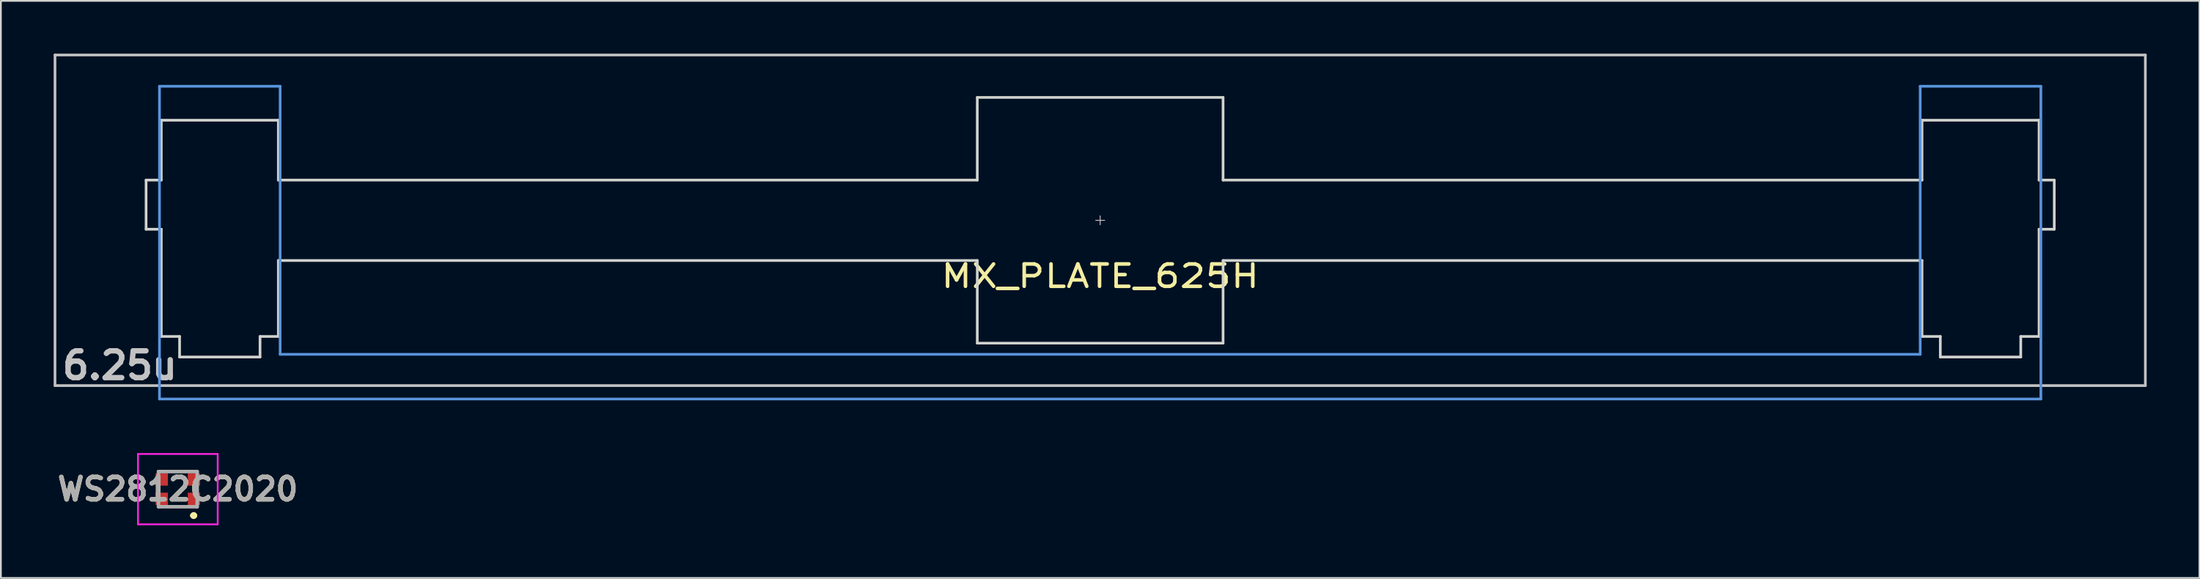
<source format=kicad_pcb>
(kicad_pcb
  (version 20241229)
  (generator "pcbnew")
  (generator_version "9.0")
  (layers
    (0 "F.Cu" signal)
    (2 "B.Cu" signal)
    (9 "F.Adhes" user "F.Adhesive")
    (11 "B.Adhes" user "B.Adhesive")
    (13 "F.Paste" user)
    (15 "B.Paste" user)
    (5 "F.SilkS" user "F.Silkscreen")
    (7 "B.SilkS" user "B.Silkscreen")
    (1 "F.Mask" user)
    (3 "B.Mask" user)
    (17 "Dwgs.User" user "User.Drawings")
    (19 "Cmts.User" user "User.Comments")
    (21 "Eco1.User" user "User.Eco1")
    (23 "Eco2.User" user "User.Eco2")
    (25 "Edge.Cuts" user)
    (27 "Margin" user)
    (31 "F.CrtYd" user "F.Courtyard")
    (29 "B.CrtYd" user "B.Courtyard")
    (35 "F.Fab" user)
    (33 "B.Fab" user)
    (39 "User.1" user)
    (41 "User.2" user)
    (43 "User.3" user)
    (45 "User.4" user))
  (footprint "MX_PLATE_625H"
    (layer "F.Cu")
    (at 59.482 9.474)
    (property "Reference" "MX_PLATE_625H" (at 0 3.175 0) (layer "F.SilkS") (effects (font (size 1.27 1.524) (thickness 0.203))))
    (attr through_hole)
    (fp_line (start -59.406 -9.398) (end 59.406 -9.398) (stroke (width 0.152) (type solid)) (layer "Dwgs.User"))
    (fp_line (start -59.406 9.398) (end -59.406 -9.398) (stroke (width 0.152) (type solid)) (layer "Dwgs.User"))
    (fp_line (start -0.254 0) (end 0.254 0) (stroke (width 0.05) (type solid)) (layer "Dwgs.User"))
    (fp_line (start 0 -0.254) (end 0 0.254) (stroke (width 0.05) (type solid)) (layer "Dwgs.User"))
    (fp_line (start 59.406 -9.398) (end 59.406 9.398) (stroke (width 0.152) (type solid)) (layer "Dwgs.User"))
    (fp_line (start 59.406 9.398) (end -59.406 9.398) (stroke (width 0.152) (type solid)) (layer "Dwgs.User"))
    (fp_line (start -53.467 -7.62) (end -53.467 10.16) (stroke (width 0.152) (type solid)) (layer "Cmts.User"))
    (fp_line (start -53.467 10.16) (end 53.467 10.16) (stroke (width 0.152) (type solid)) (layer "Cmts.User"))
    (fp_line (start -46.609 -7.62) (end -53.467 -7.62) (stroke (width 0.152) (type solid)) (layer "Cmts.User"))
    (fp_line (start -46.609 7.62) (end -46.609 -7.62) (stroke (width 0.152) (type solid)) (layer "Cmts.User"))
    (fp_line (start 46.609 -7.62) (end 46.609 7.62) (stroke (width 0.152) (type solid)) (layer "Cmts.User"))
    (fp_line (start 46.609 7.62) (end -46.609 7.62) (stroke (width 0.152) (type solid)) (layer "Cmts.User"))
    (fp_line (start 53.467 -7.62) (end 46.609 -7.62) (stroke (width 0.152) (type solid)) (layer "Cmts.User"))
    (fp_line (start 53.467 10.16) (end 53.467 -7.62) (stroke (width 0.152) (type solid)) (layer "Cmts.User"))
    (fp_line (start -54.229 -2.286) (end -53.365 -2.286) (stroke (width 0.152) (type solid)) (layer "Edge.Cuts"))
    (fp_line (start -54.229 0.508) (end -54.229 -2.286) (stroke (width 0.152) (type solid)) (layer "Edge.Cuts"))
    (fp_line (start -53.365 -5.69) (end -46.711 -5.69) (stroke (width 0.152) (type solid)) (layer "Edge.Cuts"))
    (fp_line (start -53.365 -2.286) (end -53.365 -5.69) (stroke (width 0.152) (type solid)) (layer "Edge.Cuts"))
    (fp_line (start -53.365 0.508) (end -54.229 0.508) (stroke (width 0.152) (type solid)) (layer "Edge.Cuts"))
    (fp_line (start -53.365 6.604) (end -53.365 0.508) (stroke (width 0.152) (type solid)) (layer "Edge.Cuts"))
    (fp_line (start -52.324 6.604) (end -53.365 6.604) (stroke (width 0.152) (type solid)) (layer "Edge.Cuts"))
    (fp_line (start -52.324 7.772) (end -52.324 6.604) (stroke (width 0.152) (type solid)) (layer "Edge.Cuts"))
    (fp_line (start -47.752 6.604) (end -47.752 7.772) (stroke (width 0.152) (type solid)) (layer "Edge.Cuts"))
    (fp_line (start -47.752 7.772) (end -52.324 7.772) (stroke (width 0.152) (type solid)) (layer "Edge.Cuts"))
    (fp_line (start -46.711 -5.69) (end -46.711 -2.286) (stroke (width 0.152) (type solid)) (layer "Edge.Cuts"))
    (fp_line (start -46.711 -2.286) (end -6.985 -2.286) (stroke (width 0.152) (type solid)) (layer "Edge.Cuts"))
    (fp_line (start -46.711 2.286) (end -46.711 6.604) (stroke (width 0.152) (type solid)) (layer "Edge.Cuts"))
    (fp_line (start -46.711 6.604) (end -47.752 6.604) (stroke (width 0.152) (type solid)) (layer "Edge.Cuts"))
    (fp_line (start -6.985 -6.985) (end 6.985 -6.985) (stroke (width 0.152) (type solid)) (layer "Edge.Cuts"))
    (fp_line (start -6.985 -2.286) (end -6.985 -6.985) (stroke (width 0.152) (type solid)) (layer "Edge.Cuts"))
    (fp_line (start -6.985 2.286) (end -46.711 2.286) (stroke (width 0.152) (type solid)) (layer "Edge.Cuts"))
    (fp_line (start -6.985 6.985) (end -6.985 2.286) (stroke (width 0.152) (type solid)) (layer "Edge.Cuts"))
    (fp_line (start 6.985 -6.985) (end 6.985 -2.286) (stroke (width 0.152) (type solid)) (layer "Edge.Cuts"))
    (fp_line (start 6.985 -2.286) (end 46.711 -2.286) (stroke (width 0.152) (type solid)) (layer "Edge.Cuts"))
    (fp_line (start 6.985 2.286) (end 6.985 6.985) (stroke (width 0.152) (type solid)) (layer "Edge.Cuts"))
    (fp_line (start 6.985 6.985) (end -6.985 6.985) (stroke (width 0.152) (type solid)) (layer "Edge.Cuts"))
    (fp_line (start 46.711 -5.69) (end 53.365 -5.69) (stroke (width 0.152) (type solid)) (layer "Edge.Cuts"))
    (fp_line (start 46.711 -2.286) (end 46.711 -5.69) (stroke (width 0.152) (type solid)) (layer "Edge.Cuts"))
    (fp_line (start 46.711 2.286) (end 6.985 2.286) (stroke (width 0.152) (type solid)) (layer "Edge.Cuts"))
    (fp_line (start 46.711 6.604) (end 46.711 2.286) (stroke (width 0.152) (type solid)) (layer "Edge.Cuts"))
    (fp_line (start 47.752 6.604) (end 46.711 6.604) (stroke (width 0.152) (type solid)) (layer "Edge.Cuts"))
    (fp_line (start 47.752 7.772) (end 47.752 6.604) (stroke (width 0.152) (type solid)) (layer "Edge.Cuts"))
    (fp_line (start 52.324 6.604) (end 52.324 7.772) (stroke (width 0.152) (type solid)) (layer "Edge.Cuts"))
    (fp_line (start 52.324 7.772) (end 47.752 7.772) (stroke (width 0.152) (type solid)) (layer "Edge.Cuts"))
    (fp_line (start 53.365 -5.69) (end 53.365 -2.286) (stroke (width 0.152) (type solid)) (layer "Edge.Cuts"))
    (fp_line (start 53.365 -2.286) (end 54.229 -2.286) (stroke (width 0.152) (type solid)) (layer "Edge.Cuts"))
    (fp_line (start 53.365 0.508) (end 53.365 6.604) (stroke (width 0.152) (type solid)) (layer "Edge.Cuts"))
    (fp_line (start 53.365 6.604) (end 52.324 6.604) (stroke (width 0.152) (type solid)) (layer "Edge.Cuts"))
    (fp_line (start 54.229 -2.286) (end 54.229 0.508) (stroke (width 0.152) (type solid)) (layer "Edge.Cuts"))
    (fp_line (start 54.229 0.508) (end 53.365 0.508) (stroke (width 0.152) (type solid)) (layer "Edge.Cuts"))
    (fp_text user "6.25u" (at -55.723 8.255 0) (layer "Dwgs.User") (effects (font (size 1.524 1.524) (thickness 0.305)))))
  (footprint "WS2812C2020"
    (layer "F.Cu")
    (at 7.058 24.76)
    (property "Reference" "WS2812C2020" (at 0 0 0) (layer "F.SilkS") (effects (font (size 1.27 1.27) (thickness 0.254))))
    (attr smd)
    (fp_line (start -0.4 -1) (end 0.4 -1) (stroke (width 0.1) (type solid)) (layer "F.SilkS"))
    (fp_line (start -0.4 1) (end 0.4 1) (stroke (width 0.1) (type solid)) (layer "F.SilkS"))
    (fp_line (start 0.8 1.5) (end 0.8 1.5) (stroke (width 0.2) (type solid)) (layer "F.SilkS"))
    (fp_line (start 1 1.5) (end 1 1.5) (stroke (width 0.2) (type solid)) (layer "F.SilkS"))
    (fp_arc (start 0.8 1.5) (mid 0.9 1.4) (end 1 1.5) (stroke (width 0.2) (type solid)) (layer "F.SilkS"))
    (fp_arc (start 1 1.5) (mid 0.9 1.6) (end 0.8 1.5) (stroke (width 0.2) (type solid)) (layer "F.SilkS"))
    (fp_line (start -2.265 -2) (end 2.265 -2) (stroke (width 0.1) (type solid)) (layer "F.CrtYd"))
    (fp_line (start -2.265 2) (end -2.265 -2) (stroke (width 0.1) (type solid)) (layer "F.CrtYd"))
    (fp_line (start 2.265 -2) (end 2.265 2) (stroke (width 0.1) (type solid)) (layer "F.CrtYd"))
    (fp_line (start 2.265 2) (end -2.265 2) (stroke (width 0.1) (type solid)) (layer "F.CrtYd"))
    (fp_line (start -1.1 -1) (end 1.1 -1) (stroke (width 0.2) (type solid)) (layer "F.Fab"))
    (fp_line (start -1.1 1) (end -1.1 -1) (stroke (width 0.2) (type solid)) (layer "F.Fab"))
    (fp_line (start 1.1 -1) (end 1.1 1) (stroke (width 0.2) (type solid)) (layer "F.Fab"))
    (fp_line (start 1.1 1) (end -1.1 1) (stroke (width 0.2) (type solid)) (layer "F.Fab"))
    (fp_text user "${REFERENCE}" (at 0 0 0) (layer "F.Fab") (effects (font (size 1.27 1.27) (thickness 0.254))))
    (pad "1" smd rect (at 0.915 0.55 90) (size 0.7 0.7) (layers "F.Cu" "F.Mask" "F.Paste"))
    (pad "2" smd rect (at 0.915 -0.55 90) (size 0.7 0.7) (layers "F.Cu" "F.Mask" "F.Paste"))
    (pad "3" smd rect (at -0.915 -0.55 90) (size 0.7 0.7) (layers "F.Cu" "F.Mask" "F.Paste"))
    (pad "4" smd rect (at -0.915 0.55 90) (size 0.7 0.7) (layers "F.Cu" "F.Mask" "F.Paste")))
  (gr_rect
    (start -3 -3)
    (end 121.963 29.81)
    (stroke (width 0.1) (type default))
    (fill no)
    (layer "Edge.Cuts")))
</source>
